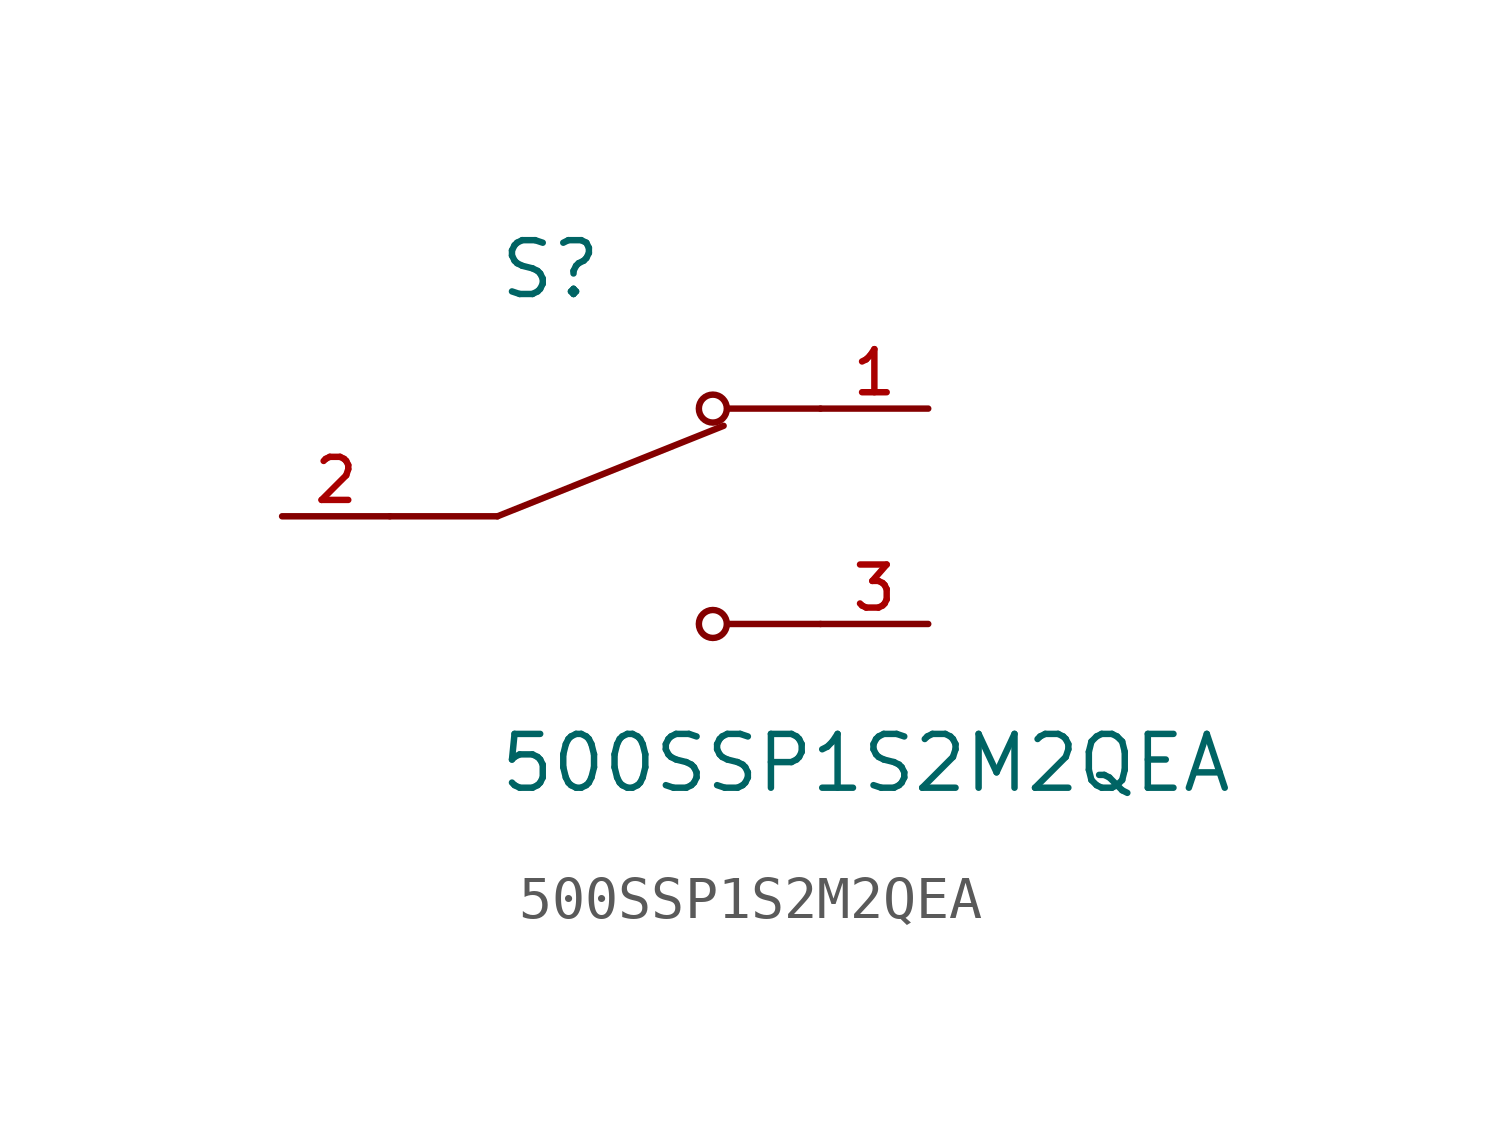
<source format=kicad_sym>
(kicad_symbol_lib
  (version 20211014)
  (generator kicad_symbol_editor)
  (symbol "500SSP1S2M2QEA"
    (pin_names
      (offset 1.016))
    (property "Reference" "S"
      (at -2.54 5.08 0)
      (effects (font (size 1.27 1.27)) (justify left bottom)))
    (property "Value" "500SSP1S2M2QEA"
      (at -2.54 -5.08 0)
      (effects (font (size 1.27 1.27)) (justify left top)))
    (symbol "500SSP1S2M2QEA_0_0"
      (polyline (pts (xy -2.54 0) (xy -5.08 0)) (stroke (width 0.152) (type default) (color 0 0 0 0)) (fill (type none)))
      (polyline (pts (xy -2.54 0) (xy 2.794 2.134)) (stroke (width 0.152) (type default) (color 0 0 0 0)) (fill (type none)))
      (polyline (pts (xy 5.08 -2.54) (xy 2.921 -2.54)) (stroke (width 0.152) (type default) (color 0 0 0 0)) (fill (type none)))
      (polyline (pts (xy 5.08 2.54) (xy 2.921 2.54)) (stroke (width 0.152) (type default) (color 0 0 0 0)) (fill (type none)))
      (circle (center 2.54 -2.54) (radius 0.33) (stroke (width 0.152) (type default) (color 0 0 0 0)) (fill (type none)))
      (circle (center 2.54 2.54) (radius 0.33) (stroke (width 0.152) (type default) (color 0 0 0 0)) (fill (type none)))
      (pin passive line (at 7.62 2.54 180) (length 2.54) (name "~" (effects (font (size 1.016 1.016)))) (number "1" (effects (font (size 1.016 1.016)))))
      (pin passive line (at -7.62 0 0) (length 2.54) (name "~" (effects (font (size 1.016 1.016)))) (number "2" (effects (font (size 1.016 1.016)))))
      (pin passive line (at 7.62 -2.54 180) (length 2.54) (name "~" (effects (font (size 1.016 1.016)))) (number "3" (effects (font (size 1.016 1.016))))))))
</source>
